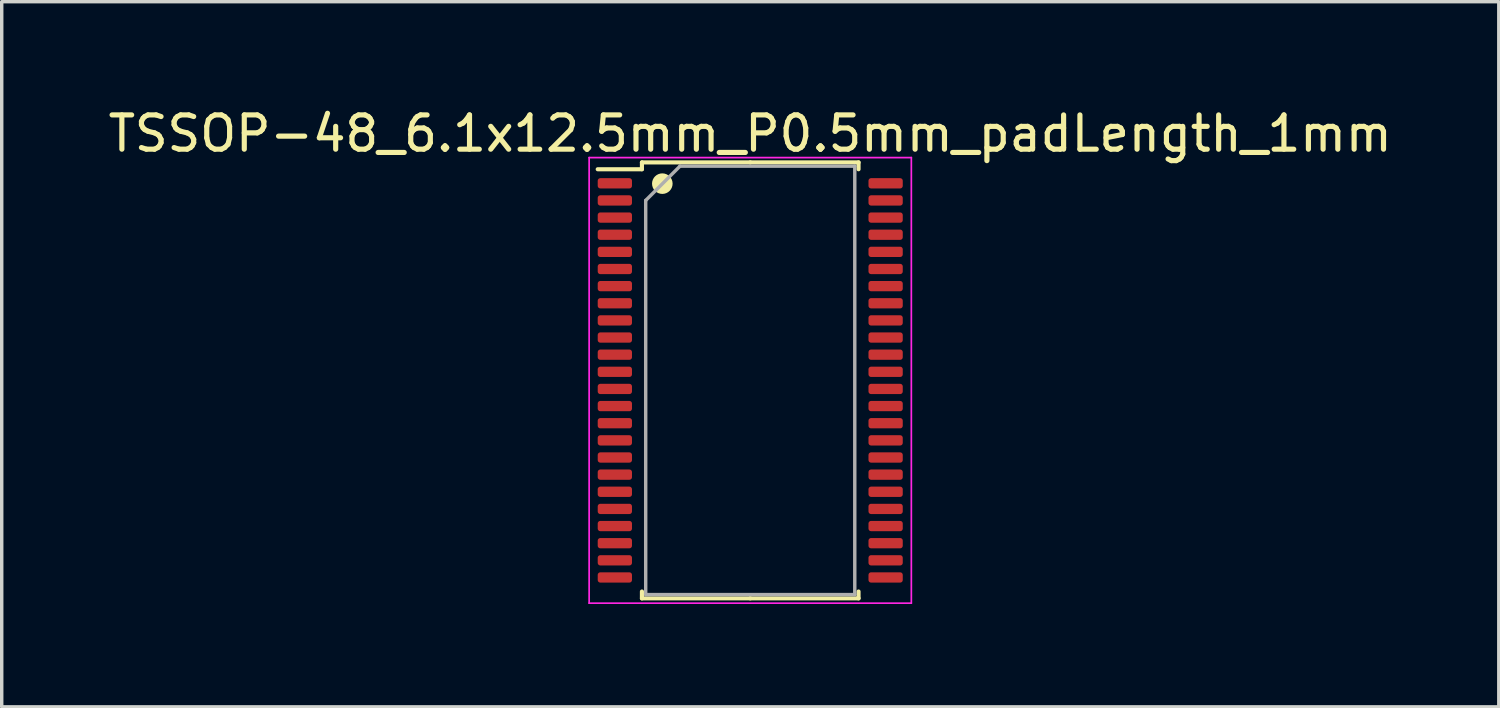
<source format=kicad_pcb>
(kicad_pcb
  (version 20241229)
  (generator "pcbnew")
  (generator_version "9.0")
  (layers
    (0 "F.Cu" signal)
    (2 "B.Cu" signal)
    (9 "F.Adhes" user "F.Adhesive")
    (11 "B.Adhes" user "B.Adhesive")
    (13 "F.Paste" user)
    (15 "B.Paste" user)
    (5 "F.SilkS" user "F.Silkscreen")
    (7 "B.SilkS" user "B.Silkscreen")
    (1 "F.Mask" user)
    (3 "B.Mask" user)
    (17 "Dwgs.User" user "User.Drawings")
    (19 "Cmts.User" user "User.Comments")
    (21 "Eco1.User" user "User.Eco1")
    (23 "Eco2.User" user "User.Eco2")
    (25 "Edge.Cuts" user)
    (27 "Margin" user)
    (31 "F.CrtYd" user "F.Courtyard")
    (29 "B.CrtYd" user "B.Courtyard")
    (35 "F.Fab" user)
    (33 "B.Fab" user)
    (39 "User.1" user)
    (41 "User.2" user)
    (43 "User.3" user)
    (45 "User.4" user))
  (footprint "TSSOP-48_6.1x12.5mm_P0.5mm_padLength_1mm"
    (layer "F.Cu")
    (at 18.839 8.048)
    (property "Reference" "TSSOP-48_6.1x12.5mm_P0.5mm_padLength_1mm" (at 0 -7.2 180) (layer "F.SilkS") (effects (font (size 1 1) (thickness 0.15))))
    (attr smd)
    (fp_line (start -3.16 -6.36) (end -3.16 -6.16) (stroke (width 0.12) (type solid)) (layer "F.SilkS"))
    (fp_line (start -3.16 -6.16) (end -4.45 -6.16) (stroke (width 0.12) (type solid)) (layer "F.SilkS"))
    (fp_line (start -3.16 6.36) (end -3.16 6.16) (stroke (width 0.12) (type solid)) (layer "F.SilkS"))
    (fp_line (start 0 -6.36) (end -3.16 -6.36) (stroke (width 0.12) (type solid)) (layer "F.SilkS"))
    (fp_line (start 0 -6.36) (end 3.16 -6.36) (stroke (width 0.12) (type solid)) (layer "F.SilkS"))
    (fp_line (start 0 6.36) (end -3.16 6.36) (stroke (width 0.12) (type solid)) (layer "F.SilkS"))
    (fp_line (start 0 6.36) (end 3.16 6.36) (stroke (width 0.12) (type solid)) (layer "F.SilkS"))
    (fp_line (start 3.16 -6.36) (end 3.16 -6.16) (stroke (width 0.12) (type solid)) (layer "F.SilkS"))
    (fp_line (start 3.16 6.36) (end 3.16 6.16) (stroke (width 0.12) (type solid)) (layer "F.SilkS"))
    (fp_circle (center -2.565 -5.74) (end -2.415 -5.74) (stroke (width 0.3) (type solid)) (fill no) (layer "F.SilkS"))
    (fp_line (start -4.7 -6.5) (end -4.7 6.5) (stroke (width 0.05) (type solid)) (layer "F.CrtYd"))
    (fp_line (start -4.7 6.5) (end 4.7 6.5) (stroke (width 0.05) (type solid)) (layer "F.CrtYd"))
    (fp_line (start 4.7 -6.5) (end -4.7 -6.5) (stroke (width 0.05) (type solid)) (layer "F.CrtYd"))
    (fp_line (start 4.7 6.5) (end 4.7 -6.5) (stroke (width 0.05) (type solid)) (layer "F.CrtYd"))
    (fp_line (start -3.05 -5.25) (end -2.05 -6.25) (stroke (width 0.1) (type solid)) (layer "F.Fab"))
    (fp_line (start -3.05 6.25) (end -3.05 -5.25) (stroke (width 0.1) (type solid)) (layer "F.Fab"))
    (fp_line (start -2.05 -6.25) (end 3.05 -6.25) (stroke (width 0.1) (type solid)) (layer "F.Fab"))
    (fp_line (start 3.05 -6.25) (end 3.05 6.25) (stroke (width 0.1) (type solid)) (layer "F.Fab"))
    (fp_line (start 3.05 6.25) (end -3.05 6.25) (stroke (width 0.1) (type solid)) (layer "F.Fab"))
    (pad "1" smd roundrect (at -3.95 -5.75) (size 1 0.3) (layers "F.Cu" "F.Mask" "F.Paste") (roundrect_rratio 0.25))
    (pad "2" smd roundrect (at -3.95 -5.25) (size 1 0.3) (layers "F.Cu" "F.Mask" "F.Paste") (roundrect_rratio 0.25))
    (pad "3" smd roundrect (at -3.95 -4.75) (size 1 0.3) (layers "F.Cu" "F.Mask" "F.Paste") (roundrect_rratio 0.25))
    (pad "4" smd roundrect (at -3.95 -4.25) (size 1 0.3) (layers "F.Cu" "F.Mask" "F.Paste") (roundrect_rratio 0.25))
    (pad "5" smd roundrect (at -3.95 -3.75) (size 1 0.3) (layers "F.Cu" "F.Mask" "F.Paste") (roundrect_rratio 0.25))
    (pad "6" smd roundrect (at -3.95 -3.25) (size 1 0.3) (layers "F.Cu" "F.Mask" "F.Paste") (roundrect_rratio 0.25))
    (pad "7" smd roundrect (at -3.95 -2.75) (size 1 0.3) (layers "F.Cu" "F.Mask" "F.Paste") (roundrect_rratio 0.25))
    (pad "8" smd roundrect (at -3.95 -2.25) (size 1 0.3) (layers "F.Cu" "F.Mask" "F.Paste") (roundrect_rratio 0.25))
    (pad "9" smd roundrect (at -3.95 -1.75) (size 1 0.3) (layers "F.Cu" "F.Mask" "F.Paste") (roundrect_rratio 0.25))
    (pad "10" smd roundrect (at -3.95 -1.25) (size 1 0.3) (layers "F.Cu" "F.Mask" "F.Paste") (roundrect_rratio 0.25))
    (pad "11" smd roundrect (at -3.95 -0.75) (size 1 0.3) (layers "F.Cu" "F.Mask" "F.Paste") (roundrect_rratio 0.25))
    (pad "12" smd roundrect (at -3.95 -0.25) (size 1 0.3) (layers "F.Cu" "F.Mask" "F.Paste") (roundrect_rratio 0.25))
    (pad "13" smd roundrect (at -3.95 0.25) (size 1 0.3) (layers "F.Cu" "F.Mask" "F.Paste") (roundrect_rratio 0.25))
    (pad "14" smd roundrect (at -3.95 0.75) (size 1 0.3) (layers "F.Cu" "F.Mask" "F.Paste") (roundrect_rratio 0.25))
    (pad "15" smd roundrect (at -3.95 1.25) (size 1 0.3) (layers "F.Cu" "F.Mask" "F.Paste") (roundrect_rratio 0.25))
    (pad "16" smd roundrect (at -3.95 1.75) (size 1 0.3) (layers "F.Cu" "F.Mask" "F.Paste") (roundrect_rratio 0.25))
    (pad "17" smd roundrect (at -3.95 2.25) (size 1 0.3) (layers "F.Cu" "F.Mask" "F.Paste") (roundrect_rratio 0.25))
    (pad "18" smd roundrect (at -3.95 2.75) (size 1 0.3) (layers "F.Cu" "F.Mask" "F.Paste") (roundrect_rratio 0.25))
    (pad "19" smd roundrect (at -3.95 3.25) (size 1 0.3) (layers "F.Cu" "F.Mask" "F.Paste") (roundrect_rratio 0.25))
    (pad "20" smd roundrect (at -3.95 3.75) (size 1 0.3) (layers "F.Cu" "F.Mask" "F.Paste") (roundrect_rratio 0.25))
    (pad "21" smd roundrect (at -3.95 4.25) (size 1 0.3) (layers "F.Cu" "F.Mask" "F.Paste") (roundrect_rratio 0.25))
    (pad "22" smd roundrect (at -3.95 4.75) (size 1 0.3) (layers "F.Cu" "F.Mask" "F.Paste") (roundrect_rratio 0.25))
    (pad "23" smd roundrect (at -3.95 5.25) (size 1 0.3) (layers "F.Cu" "F.Mask" "F.Paste") (roundrect_rratio 0.25))
    (pad "24" smd roundrect (at -3.95 5.75) (size 1 0.3) (layers "F.Cu" "F.Mask" "F.Paste") (roundrect_rratio 0.25))
    (pad "25" smd roundrect (at 3.95 5.75) (size 1 0.3) (layers "F.Cu" "F.Mask" "F.Paste") (roundrect_rratio 0.25))
    (pad "26" smd roundrect (at 3.95 5.25) (size 1 0.3) (layers "F.Cu" "F.Mask" "F.Paste") (roundrect_rratio 0.25))
    (pad "27" smd roundrect (at 3.95 4.75) (size 1 0.3) (layers "F.Cu" "F.Mask" "F.Paste") (roundrect_rratio 0.25))
    (pad "28" smd roundrect (at 3.95 4.25) (size 1 0.3) (layers "F.Cu" "F.Mask" "F.Paste") (roundrect_rratio 0.25))
    (pad "29" smd roundrect (at 3.95 3.75) (size 1 0.3) (layers "F.Cu" "F.Mask" "F.Paste") (roundrect_rratio 0.25))
    (pad "30" smd roundrect (at 3.95 3.25) (size 1 0.3) (layers "F.Cu" "F.Mask" "F.Paste") (roundrect_rratio 0.25))
    (pad "31" smd roundrect (at 3.95 2.75) (size 1 0.3) (layers "F.Cu" "F.Mask" "F.Paste") (roundrect_rratio 0.25))
    (pad "32" smd roundrect (at 3.95 2.25) (size 1 0.3) (layers "F.Cu" "F.Mask" "F.Paste") (roundrect_rratio 0.25))
    (pad "33" smd roundrect (at 3.95 1.75) (size 1 0.3) (layers "F.Cu" "F.Mask" "F.Paste") (roundrect_rratio 0.25))
    (pad "34" smd roundrect (at 3.95 1.25) (size 1 0.3) (layers "F.Cu" "F.Mask" "F.Paste") (roundrect_rratio 0.25))
    (pad "35" smd roundrect (at 3.95 0.75) (size 1 0.3) (layers "F.Cu" "F.Mask" "F.Paste") (roundrect_rratio 0.25))
    (pad "36" smd roundrect (at 3.95 0.25) (size 1 0.3) (layers "F.Cu" "F.Mask" "F.Paste") (roundrect_rratio 0.25))
    (pad "37" smd roundrect (at 3.95 -0.25) (size 1 0.3) (layers "F.Cu" "F.Mask" "F.Paste") (roundrect_rratio 0.25))
    (pad "38" smd roundrect (at 3.95 -0.75) (size 1 0.3) (layers "F.Cu" "F.Mask" "F.Paste") (roundrect_rratio 0.25))
    (pad "39" smd roundrect (at 3.95 -1.25) (size 1 0.3) (layers "F.Cu" "F.Mask" "F.Paste") (roundrect_rratio 0.25))
    (pad "40" smd roundrect (at 3.95 -1.75) (size 1 0.3) (layers "F.Cu" "F.Mask" "F.Paste") (roundrect_rratio 0.25))
    (pad "41" smd roundrect (at 3.95 -2.25) (size 1 0.3) (layers "F.Cu" "F.Mask" "F.Paste") (roundrect_rratio 0.25))
    (pad "42" smd roundrect (at 3.95 -2.75) (size 1 0.3) (layers "F.Cu" "F.Mask" "F.Paste") (roundrect_rratio 0.25))
    (pad "43" smd roundrect (at 3.95 -3.25) (size 1 0.3) (layers "F.Cu" "F.Mask" "F.Paste") (roundrect_rratio 0.25))
    (pad "44" smd roundrect (at 3.95 -3.75) (size 1 0.3) (layers "F.Cu" "F.Mask" "F.Paste") (roundrect_rratio 0.25))
    (pad "45" smd roundrect (at 3.95 -4.25) (size 1 0.3) (layers "F.Cu" "F.Mask" "F.Paste") (roundrect_rratio 0.25))
    (pad "46" smd roundrect (at 3.95 -4.75) (size 1 0.3) (layers "F.Cu" "F.Mask" "F.Paste") (roundrect_rratio 0.25))
    (pad "47" smd roundrect (at 3.95 -5.25) (size 1 0.3) (layers "F.Cu" "F.Mask" "F.Paste") (roundrect_rratio 0.25))
    (pad "48" smd roundrect (at 3.95 -5.75) (size 1 0.3) (layers "F.Cu" "F.Mask" "F.Paste") (roundrect_rratio 0.25)))
  (gr_rect
    (start -3 -3)
    (end 40.679 17.573)
    (stroke (width 0.1) (type default))
    (fill no)
    (layer "Edge.Cuts")))
</source>
